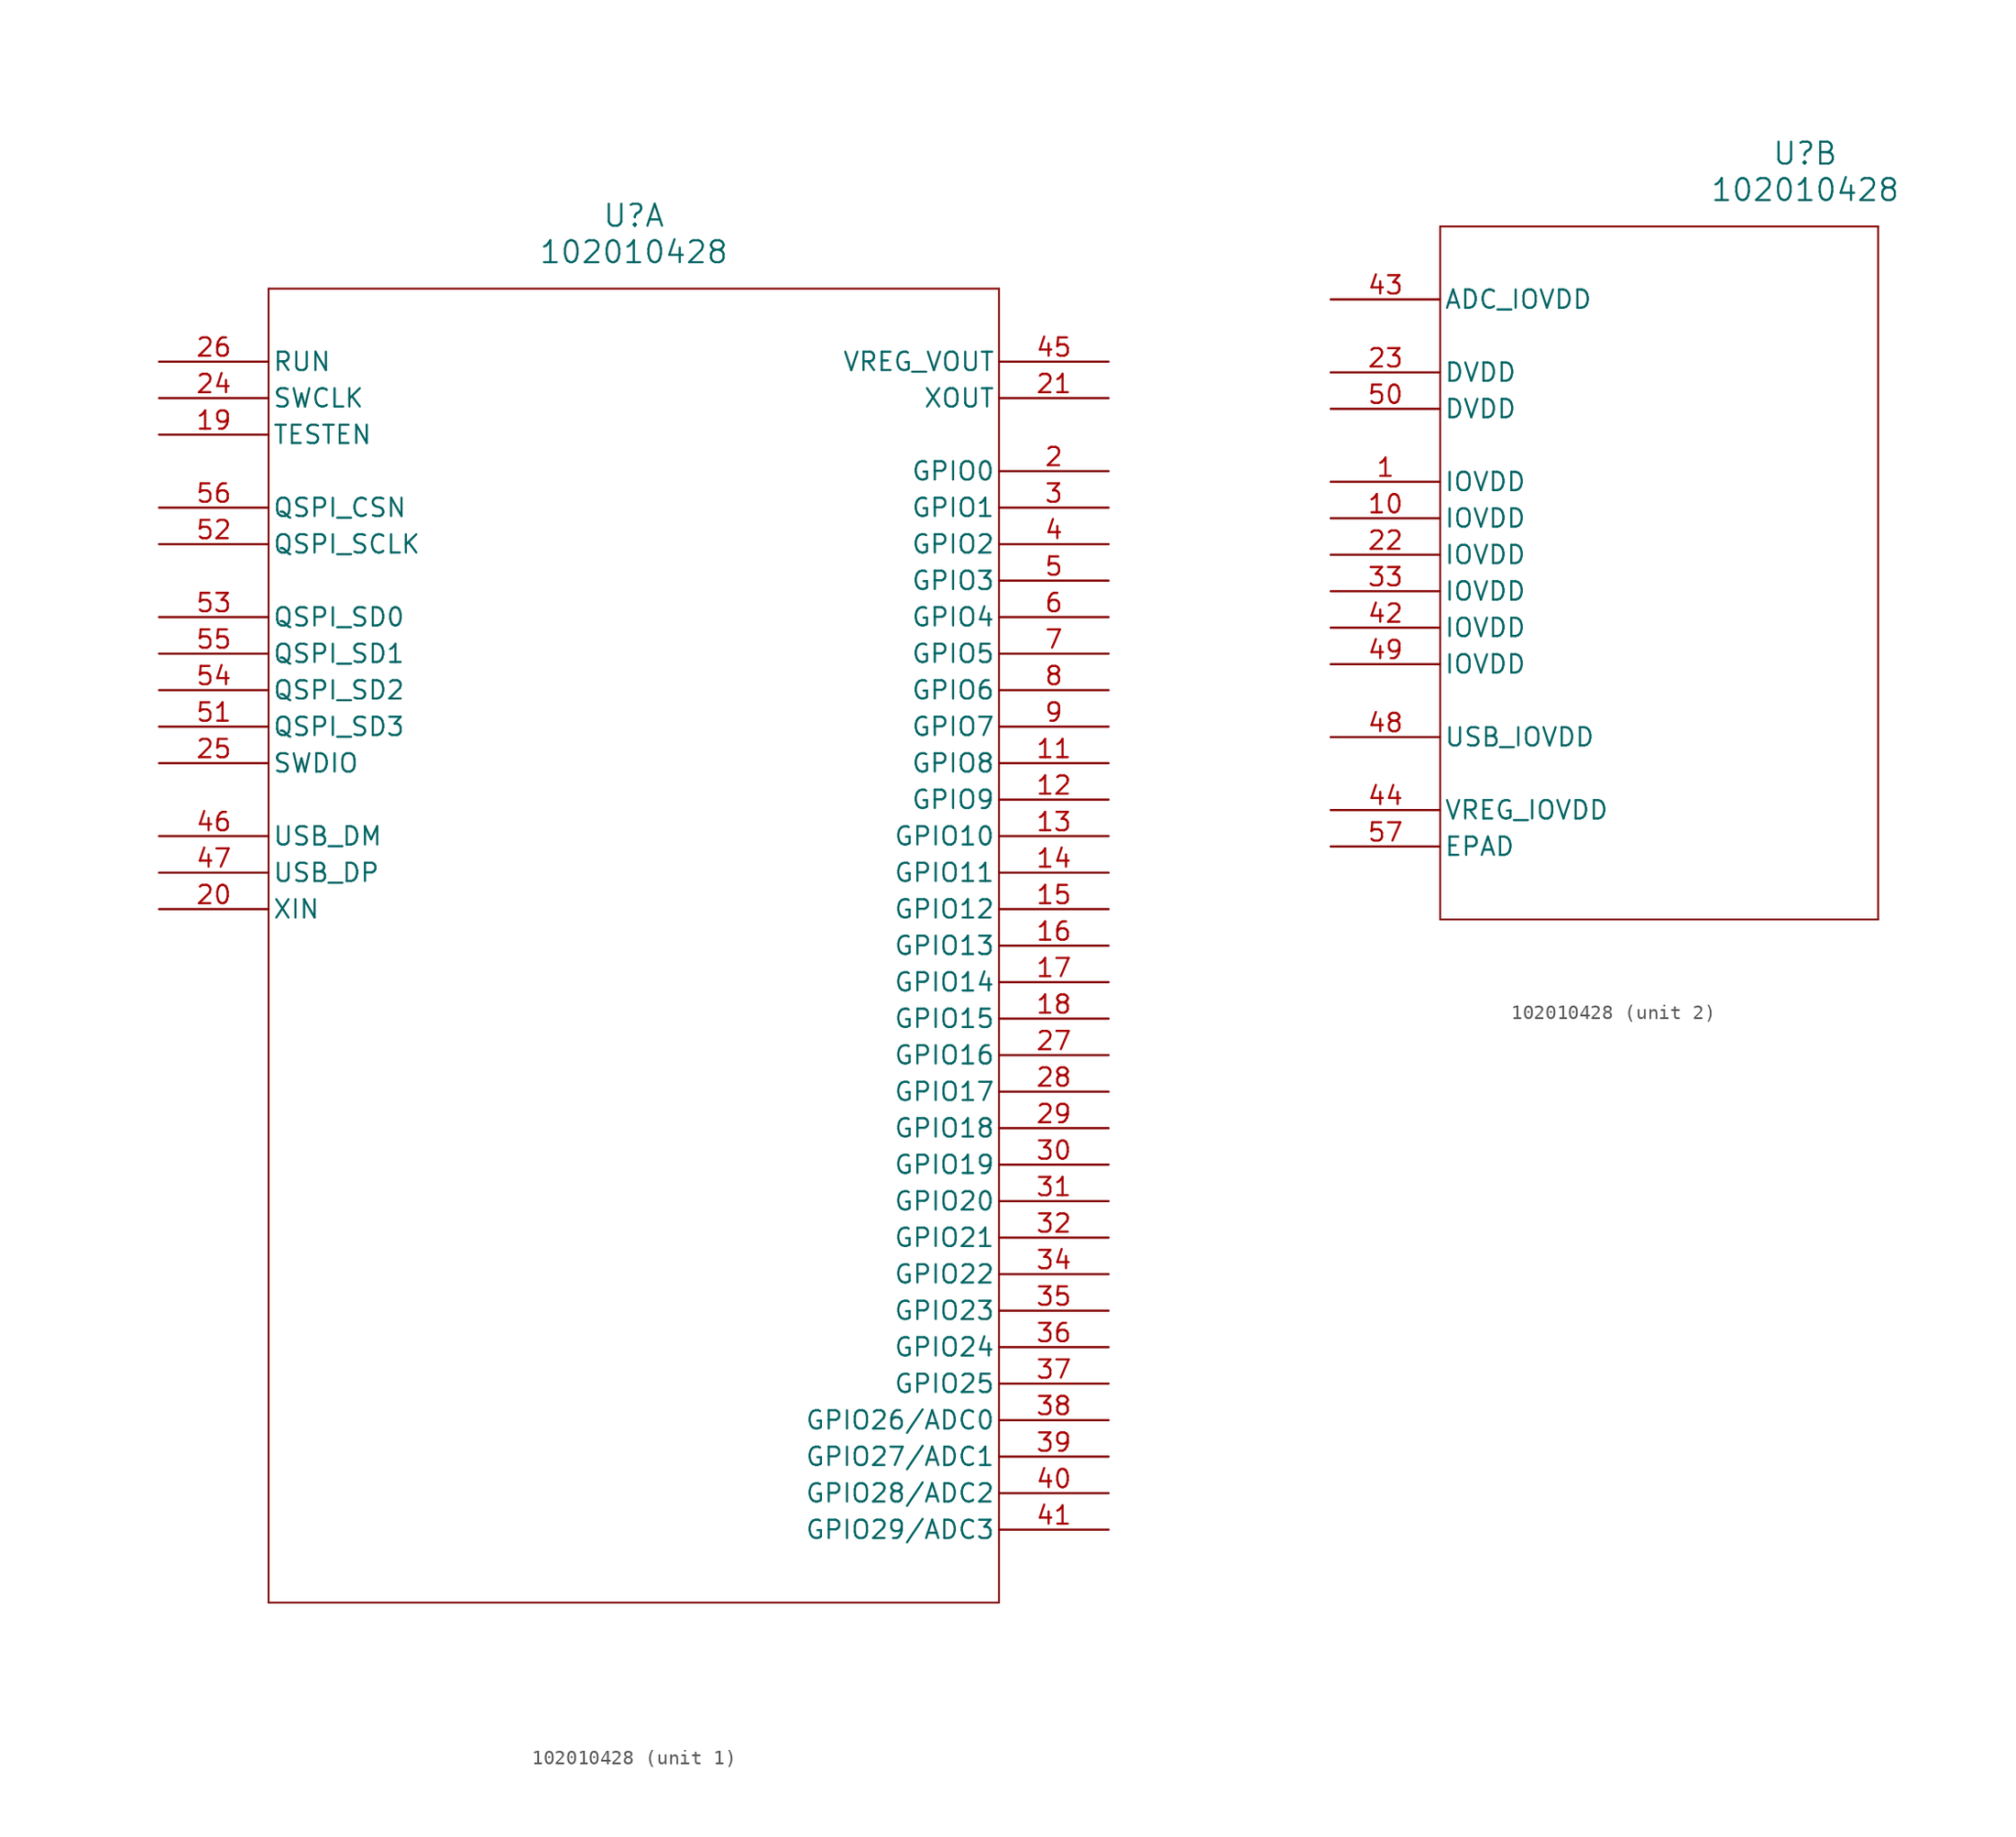
<source format=kicad_sym>
(kicad_symbol_lib
  (version 20211014)
  (generator kicad_symbol_editor)
  (symbol "102010428"
    (pin_names
      (offset 0.254))
    (property "Reference" "U"
      (at 33.02 10.16 0)
      (effects (font (size 1.524 1.524))))
    (property "Value" "102010428"
      (at 33.02 7.62 0)
      (effects (font (size 1.524 1.524))))
    (symbol "102010428_1_1"
      (polyline (pts (xy 7.62 5.08) (xy 7.62 -86.36)) (stroke (width 0.127) (type default) (color 0 0 0 0)) (fill (type none)))
      (polyline (pts (xy 7.62 -86.36) (xy 58.42 -86.36)) (stroke (width 0.127) (type default) (color 0 0 0 0)) (fill (type none)))
      (polyline (pts (xy 58.42 -86.36) (xy 58.42 5.08)) (stroke (width 0.127) (type default) (color 0 0 0 0)) (fill (type none)))
      (polyline (pts (xy 58.42 5.08) (xy 7.62 5.08)) (stroke (width 0.127) (type default) (color 0 0 0 0)) (fill (type none)))
      (pin bidirectional line (at 66.04 -7.62 180) (length 7.62) (name "GPIO0" (effects (font (size 1.27 1.27)))) (number "2" (effects (font (size 1.27 1.27)))))
      (pin bidirectional line (at 66.04 -10.16 180) (length 7.62) (name "GPIO1" (effects (font (size 1.27 1.27)))) (number "3" (effects (font (size 1.27 1.27)))))
      (pin bidirectional line (at 66.04 -12.7 180) (length 7.62) (name "GPIO2" (effects (font (size 1.27 1.27)))) (number "4" (effects (font (size 1.27 1.27)))))
      (pin bidirectional line (at 66.04 -15.24 180) (length 7.62) (name "GPIO3" (effects (font (size 1.27 1.27)))) (number "5" (effects (font (size 1.27 1.27)))))
      (pin bidirectional line (at 66.04 -17.78 180) (length 7.62) (name "GPIO4" (effects (font (size 1.27 1.27)))) (number "6" (effects (font (size 1.27 1.27)))))
      (pin bidirectional line (at 66.04 -20.32 180) (length 7.62) (name "GPIO5" (effects (font (size 1.27 1.27)))) (number "7" (effects (font (size 1.27 1.27)))))
      (pin bidirectional line (at 66.04 -22.86 180) (length 7.62) (name "GPIO6" (effects (font (size 1.27 1.27)))) (number "8" (effects (font (size 1.27 1.27)))))
      (pin bidirectional line (at 66.04 -25.4 180) (length 7.62) (name "GPIO7" (effects (font (size 1.27 1.27)))) (number "9" (effects (font (size 1.27 1.27)))))
      (pin bidirectional line (at 66.04 -27.94 180) (length 7.62) (name "GPIO8" (effects (font (size 1.27 1.27)))) (number "11" (effects (font (size 1.27 1.27)))))
      (pin bidirectional line (at 66.04 -30.48 180) (length 7.62) (name "GPIO9" (effects (font (size 1.27 1.27)))) (number "12" (effects (font (size 1.27 1.27)))))
      (pin bidirectional line (at 66.04 -33.02 180) (length 7.62) (name "GPIO10" (effects (font (size 1.27 1.27)))) (number "13" (effects (font (size 1.27 1.27)))))
      (pin bidirectional line (at 66.04 -35.56 180) (length 7.62) (name "GPIO11" (effects (font (size 1.27 1.27)))) (number "14" (effects (font (size 1.27 1.27)))))
      (pin bidirectional line (at 66.04 -38.1 180) (length 7.62) (name "GPIO12" (effects (font (size 1.27 1.27)))) (number "15" (effects (font (size 1.27 1.27)))))
      (pin bidirectional line (at 66.04 -40.64 180) (length 7.62) (name "GPIO13" (effects (font (size 1.27 1.27)))) (number "16" (effects (font (size 1.27 1.27)))))
      (pin bidirectional line (at 66.04 -43.18 180) (length 7.62) (name "GPIO14" (effects (font (size 1.27 1.27)))) (number "17" (effects (font (size 1.27 1.27)))))
      (pin bidirectional line (at 66.04 -45.72 180) (length 7.62) (name "GPIO15" (effects (font (size 1.27 1.27)))) (number "18" (effects (font (size 1.27 1.27)))))
      (pin input line (at 0 -5.08 0) (length 7.62) (name "TESTEN" (effects (font (size 1.27 1.27)))) (number "19" (effects (font (size 1.27 1.27)))))
      (pin unspecified line (at 0 -38.1 0) (length 7.62) (name "XIN" (effects (font (size 1.27 1.27)))) (number "20" (effects (font (size 1.27 1.27)))))
      (pin output line (at 66.04 -2.54 180) (length 7.62) (name "XOUT" (effects (font (size 1.27 1.27)))) (number "21" (effects (font (size 1.27 1.27)))))
      (pin input line (at 0 -2.54 0) (length 7.62) (name "SWCLK" (effects (font (size 1.27 1.27)))) (number "24" (effects (font (size 1.27 1.27)))))
      (pin bidirectional line (at 0 -27.94 0) (length 7.62) (name "SWDIO" (effects (font (size 1.27 1.27)))) (number "25" (effects (font (size 1.27 1.27)))))
      (pin input line (at 0 0 0) (length 7.62) (name "RUN" (effects (font (size 1.27 1.27)))) (number "26" (effects (font (size 1.27 1.27)))))
      (pin bidirectional line (at 66.04 -48.26 180) (length 7.62) (name "GPIO16" (effects (font (size 1.27 1.27)))) (number "27" (effects (font (size 1.27 1.27)))))
      (pin bidirectional line (at 66.04 -50.8 180) (length 7.62) (name "GPIO17" (effects (font (size 1.27 1.27)))) (number "28" (effects (font (size 1.27 1.27)))))
      (pin bidirectional line (at 66.04 -53.34 180) (length 7.62) (name "GPIO18" (effects (font (size 1.27 1.27)))) (number "29" (effects (font (size 1.27 1.27)))))
      (pin bidirectional line (at 66.04 -55.88 180) (length 7.62) (name "GPIO19" (effects (font (size 1.27 1.27)))) (number "30" (effects (font (size 1.27 1.27)))))
      (pin bidirectional line (at 66.04 -58.42 180) (length 7.62) (name "GPIO20" (effects (font (size 1.27 1.27)))) (number "31" (effects (font (size 1.27 1.27)))))
      (pin bidirectional line (at 66.04 -60.96 180) (length 7.62) (name "GPIO21" (effects (font (size 1.27 1.27)))) (number "32" (effects (font (size 1.27 1.27)))))
      (pin bidirectional line (at 66.04 -63.5 180) (length 7.62) (name "GPIO22" (effects (font (size 1.27 1.27)))) (number "34" (effects (font (size 1.27 1.27)))))
      (pin bidirectional line (at 66.04 -66.04 180) (length 7.62) (name "GPIO23" (effects (font (size 1.27 1.27)))) (number "35" (effects (font (size 1.27 1.27)))))
      (pin bidirectional line (at 66.04 -68.58 180) (length 7.62) (name "GPIO24" (effects (font (size 1.27 1.27)))) (number "36" (effects (font (size 1.27 1.27)))))
      (pin bidirectional line (at 66.04 -71.12 180) (length 7.62) (name "GPIO25" (effects (font (size 1.27 1.27)))) (number "37" (effects (font (size 1.27 1.27)))))
      (pin bidirectional line (at 66.04 -73.66 180) (length 7.62) (name "GPIO26/ADC0" (effects (font (size 1.27 1.27)))) (number "38" (effects (font (size 1.27 1.27)))))
      (pin bidirectional line (at 66.04 -76.2 180) (length 7.62) (name "GPIO27/ADC1" (effects (font (size 1.27 1.27)))) (number "39" (effects (font (size 1.27 1.27)))))
      (pin bidirectional line (at 66.04 -78.74 180) (length 7.62) (name "GPIO28/ADC2" (effects (font (size 1.27 1.27)))) (number "40" (effects (font (size 1.27 1.27)))))
      (pin bidirectional line (at 66.04 -81.28 180) (length 7.62) (name "GPIO29/ADC3" (effects (font (size 1.27 1.27)))) (number "41" (effects (font (size 1.27 1.27)))))
      (pin output line (at 66.04 0 180) (length 7.62) (name "VREG_VOUT" (effects (font (size 1.27 1.27)))) (number "45" (effects (font (size 1.27 1.27)))))
      (pin bidirectional line (at 0 -33.02 0) (length 7.62) (name "USB_DM" (effects (font (size 1.27 1.27)))) (number "46" (effects (font (size 1.27 1.27)))))
      (pin bidirectional line (at 0 -35.56 0) (length 7.62) (name "USB_DP" (effects (font (size 1.27 1.27)))) (number "47" (effects (font (size 1.27 1.27)))))
      (pin bidirectional line (at 0 -25.4 0) (length 7.62) (name "QSPI_SD3" (effects (font (size 1.27 1.27)))) (number "51" (effects (font (size 1.27 1.27)))))
      (pin bidirectional line (at 0 -12.7 0) (length 7.62) (name "QSPI_SCLK" (effects (font (size 1.27 1.27)))) (number "52" (effects (font (size 1.27 1.27)))))
      (pin bidirectional line (at 0 -17.78 0) (length 7.62) (name "QSPI_SD0" (effects (font (size 1.27 1.27)))) (number "53" (effects (font (size 1.27 1.27)))))
      (pin bidirectional line (at 0 -22.86 0) (length 7.62) (name "QSPI_SD2" (effects (font (size 1.27 1.27)))) (number "54" (effects (font (size 1.27 1.27)))))
      (pin bidirectional line (at 0 -20.32 0) (length 7.62) (name "QSPI_SD1" (effects (font (size 1.27 1.27)))) (number "55" (effects (font (size 1.27 1.27)))))
      (pin bidirectional line (at 0 -10.16 0) (length 7.62) (name "QSPI_CSN" (effects (font (size 1.27 1.27)))) (number "56" (effects (font (size 1.27 1.27))))))
    (symbol "102010428_2_1"
      (polyline (pts (xy 7.62 5.08) (xy 7.62 -43.18)) (stroke (width 0.127) (type default) (color 0 0 0 0)) (fill (type none)))
      (polyline (pts (xy 7.62 -43.18) (xy 38.1 -43.18)) (stroke (width 0.127) (type default) (color 0 0 0 0)) (fill (type none)))
      (polyline (pts (xy 38.1 -43.18) (xy 38.1 5.08)) (stroke (width 0.127) (type default) (color 0 0 0 0)) (fill (type none)))
      (polyline (pts (xy 38.1 5.08) (xy 7.62 5.08)) (stroke (width 0.127) (type default) (color 0 0 0 0)) (fill (type none)))
      (pin power_in line (at 0 -12.7 0) (length 7.62) (name "IOVDD" (effects (font (size 1.27 1.27)))) (number "1" (effects (font (size 1.27 1.27)))))
      (pin power_in line (at 0 -15.24 0) (length 7.62) (name "IOVDD" (effects (font (size 1.27 1.27)))) (number "10" (effects (font (size 1.27 1.27)))))
      (pin power_in line (at 0 -17.78 0) (length 7.62) (name "IOVDD" (effects (font (size 1.27 1.27)))) (number "22" (effects (font (size 1.27 1.27)))))
      (pin power_in line (at 0 -5.08 0) (length 7.62) (name "DVDD" (effects (font (size 1.27 1.27)))) (number "23" (effects (font (size 1.27 1.27)))))
      (pin power_in line (at 0 -20.32 0) (length 7.62) (name "IOVDD" (effects (font (size 1.27 1.27)))) (number "33" (effects (font (size 1.27 1.27)))))
      (pin power_in line (at 0 -22.86 0) (length 7.62) (name "IOVDD" (effects (font (size 1.27 1.27)))) (number "42" (effects (font (size 1.27 1.27)))))
      (pin power_in line (at 0 0 0) (length 7.62) (name "ADC_IOVDD" (effects (font (size 1.27 1.27)))) (number "43" (effects (font (size 1.27 1.27)))))
      (pin power_in line (at 0 -35.56 0) (length 7.62) (name "VREG_IOVDD" (effects (font (size 1.27 1.27)))) (number "44" (effects (font (size 1.27 1.27)))))
      (pin power_in line (at 0 -30.48 0) (length 7.62) (name "USB_IOVDD" (effects (font (size 1.27 1.27)))) (number "48" (effects (font (size 1.27 1.27)))))
      (pin power_in line (at 0 -25.4 0) (length 7.62) (name "IOVDD" (effects (font (size 1.27 1.27)))) (number "49" (effects (font (size 1.27 1.27)))))
      (pin power_in line (at 0 -7.62 0) (length 7.62) (name "DVDD" (effects (font (size 1.27 1.27)))) (number "50" (effects (font (size 1.27 1.27)))))
      (pin power_out line (at 0 -38.1 0) (length 7.62) (name "EPAD" (effects (font (size 1.27 1.27)))) (number "57" (effects (font (size 1.27 1.27))))))))
</source>
